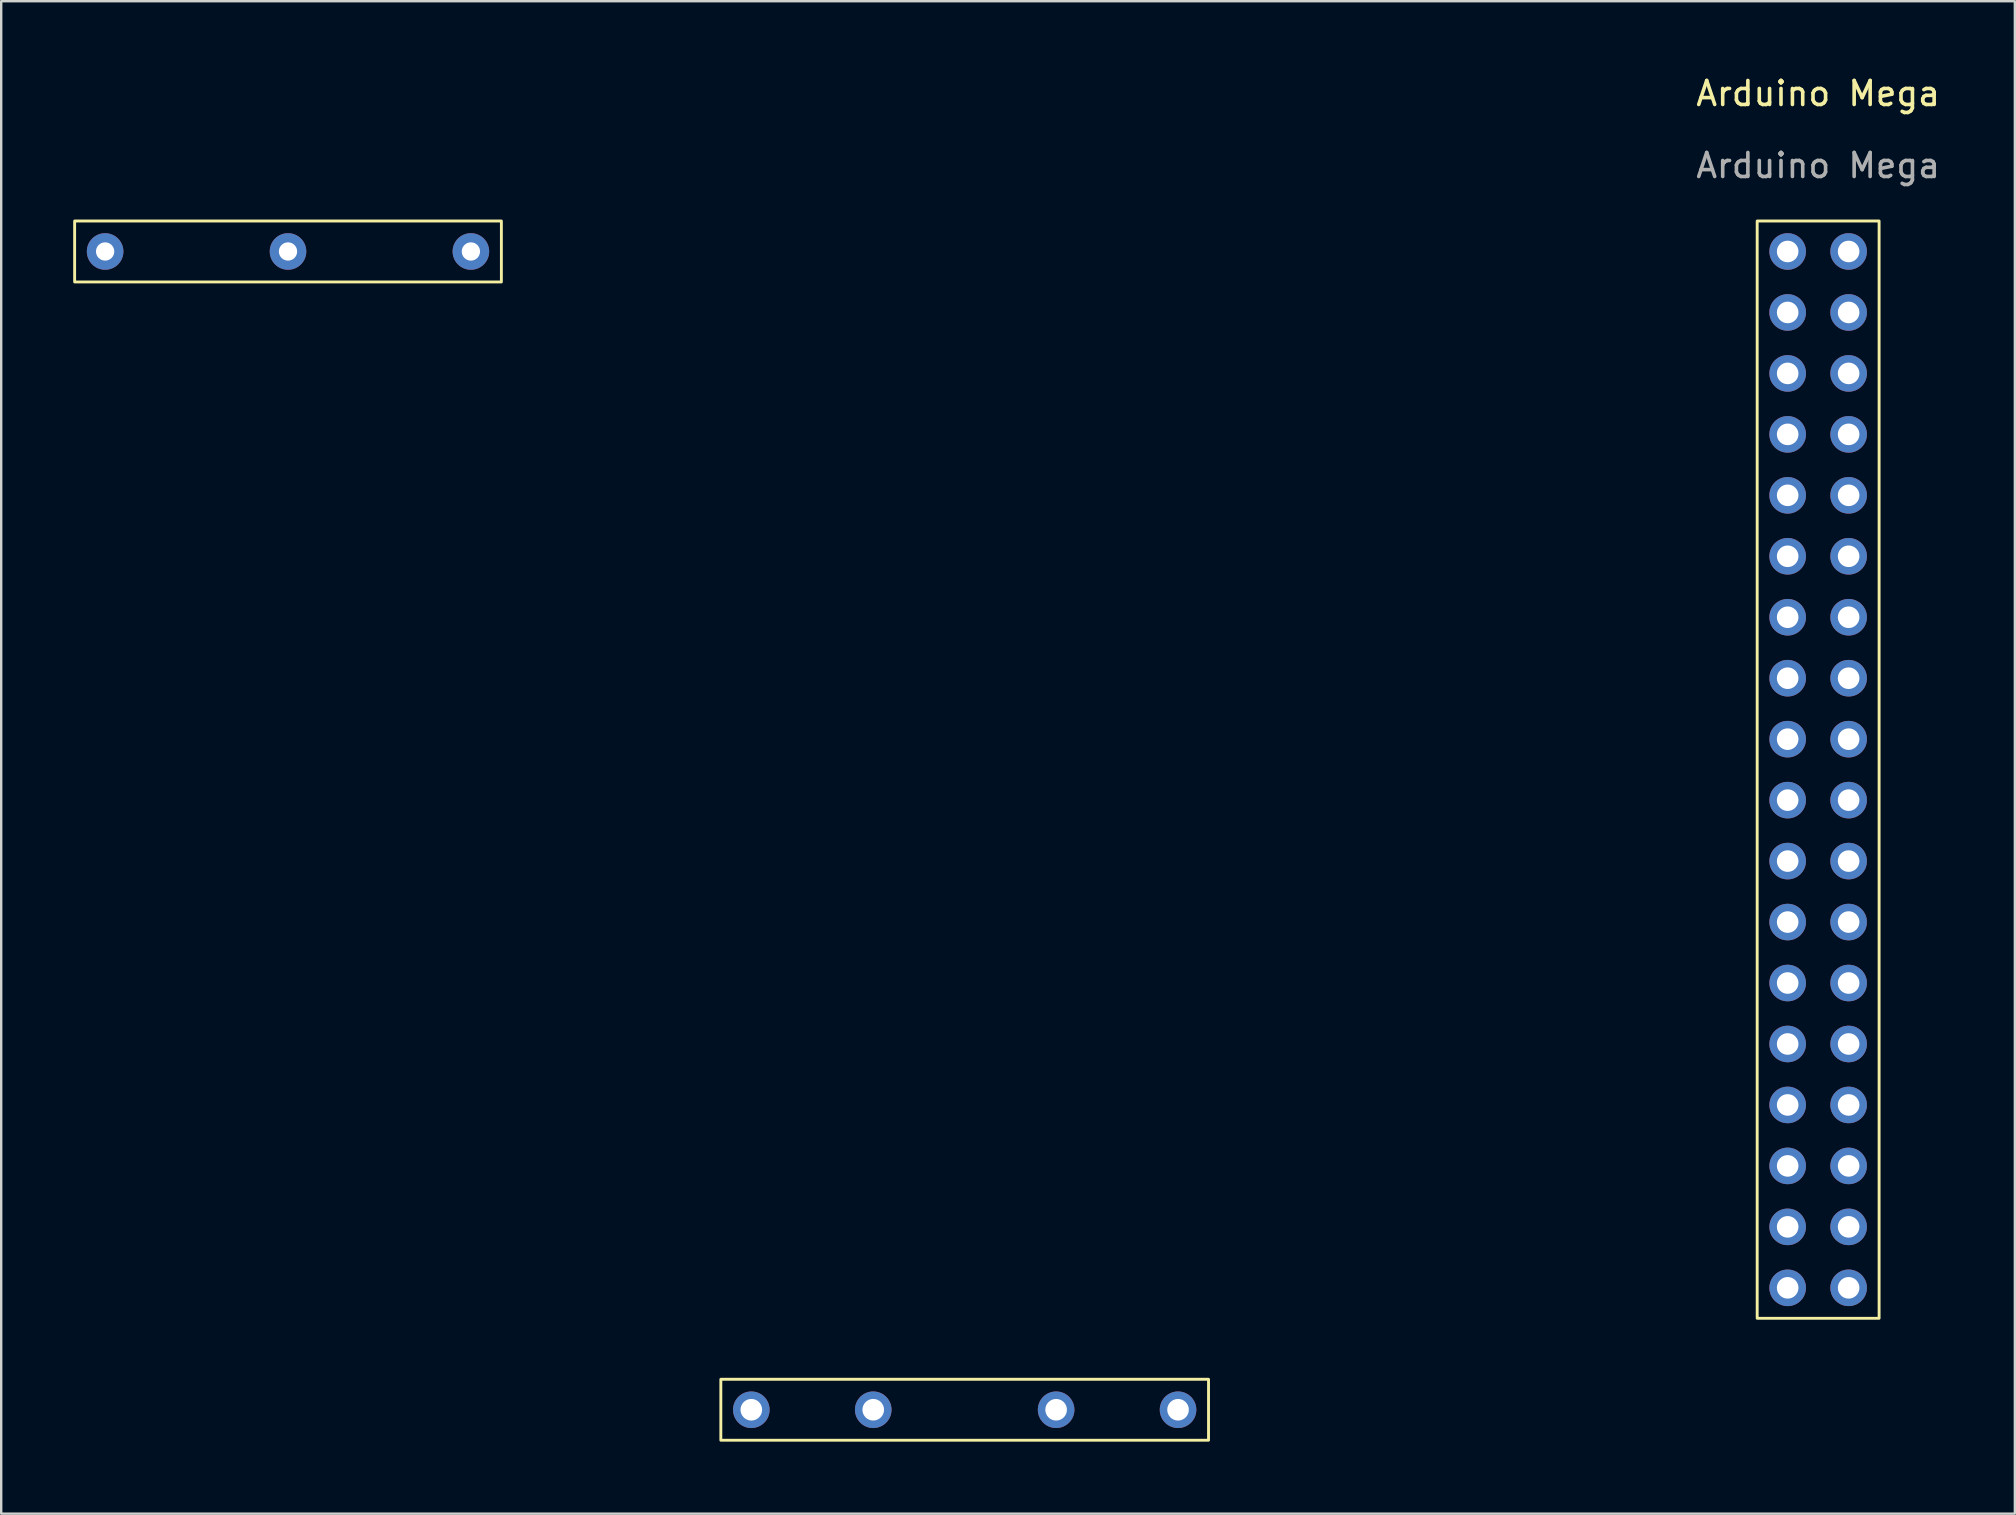
<source format=kicad_pcb>
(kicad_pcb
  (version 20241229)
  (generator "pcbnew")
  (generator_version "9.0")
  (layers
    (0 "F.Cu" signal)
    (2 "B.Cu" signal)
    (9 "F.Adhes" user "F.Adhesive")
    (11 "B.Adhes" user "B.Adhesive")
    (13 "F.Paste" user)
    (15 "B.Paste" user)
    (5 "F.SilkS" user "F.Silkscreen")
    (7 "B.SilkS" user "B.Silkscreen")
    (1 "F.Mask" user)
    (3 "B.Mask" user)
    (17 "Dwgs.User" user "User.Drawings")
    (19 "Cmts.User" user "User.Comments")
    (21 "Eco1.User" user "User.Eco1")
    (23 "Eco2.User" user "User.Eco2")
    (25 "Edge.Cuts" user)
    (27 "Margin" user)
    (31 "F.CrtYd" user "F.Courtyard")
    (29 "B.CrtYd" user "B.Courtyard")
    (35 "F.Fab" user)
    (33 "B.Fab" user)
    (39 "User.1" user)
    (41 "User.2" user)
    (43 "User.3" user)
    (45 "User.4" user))
  (footprint "Arduino Mega"
    (layer "F.Cu")
    (at 72.704 29.018)
    (property "Reference" "Arduino Mega" (at 0 -28.17 0) (unlocked yes) (layer "F.SilkS") (effects (font (size 1 1) (thickness 0.15))))
    (attr through_hole)
    (fp_rect (start -72.644 -22.86) (end -54.864 -20.32) (stroke (width 0.12) (type default)) (fill no) (layer "F.SilkS"))
    (fp_rect (start -45.72 25.4) (end -25.4 27.94) (stroke (width 0.12) (type default)) (fill no) (layer "F.SilkS"))
    (fp_rect (start -2.54 -22.86) (end 2.54 22.86) (stroke (width 0.12) (type default)) (fill no) (layer "F.SilkS"))
    (fp_text user "${REFERENCE}" (at 0 -25.17 0) (unlocked yes) (layer "F.Fab") (effects (font (size 1 1) (thickness 0.15))))
    (pad "5V" thru_hole circle (at -1.27 -21.59) (size 1.524 1.524) (drill 0.9) (layers "*.Cu" "*.Mask"))
    (pad "5V" thru_hole circle (at 1.27 -21.59) (size 1.524 1.524) (drill 0.9) (layers "*.Cu" "*.Mask"))
    (pad "22" thru_hole circle (at -1.27 -19.05) (size 1.524 1.524) (drill 0.9) (layers "*.Cu" "*.Mask"))
    (pad "23" thru_hole circle (at 1.27 -19.05) (size 1.524 1.524) (drill 0.9) (layers "*.Cu" "*.Mask"))
    (pad "24" thru_hole circle (at -1.27 -16.51) (size 1.524 1.524) (drill 0.9) (layers "*.Cu" "*.Mask"))
    (pad "25" thru_hole circle (at 1.27 -16.51) (size 1.524 1.524) (drill 0.9) (layers "*.Cu" "*.Mask"))
    (pad "26" thru_hole circle (at -1.27 -13.97) (size 1.524 1.524) (drill 0.9) (layers "*.Cu" "*.Mask"))
    (pad "27" thru_hole circle (at 1.27 -13.97) (size 1.524 1.524) (drill 0.9) (layers "*.Cu" "*.Mask"))
    (pad "28" thru_hole circle (at -1.27 -11.43) (size 1.524 1.524) (drill 0.9) (layers "*.Cu" "*.Mask"))
    (pad "29" thru_hole circle (at 1.27 -11.43) (size 1.524 1.524) (drill 0.9) (layers "*.Cu" "*.Mask"))
    (pad "30" thru_hole circle (at -1.27 -8.89) (size 1.524 1.524) (drill 0.9) (layers "*.Cu" "*.Mask"))
    (pad "31" thru_hole circle (at 1.27 -8.89) (size 1.524 1.524) (drill 0.9) (layers "*.Cu" "*.Mask"))
    (pad "32" thru_hole circle (at -1.27 -6.35) (size 1.524 1.524) (drill 0.9) (layers "*.Cu" "*.Mask"))
    (pad "33" thru_hole circle (at 1.27 -6.35) (size 1.524 1.524) (drill 0.9) (layers "*.Cu" "*.Mask"))
    (pad "34" thru_hole circle (at -1.27 -3.81) (size 1.524 1.524) (drill 0.9) (layers "*.Cu" "*.Mask"))
    (pad "35" thru_hole circle (at 1.27 -3.81) (size 1.524 1.524) (drill 0.9) (layers "*.Cu" "*.Mask"))
    (pad "36" thru_hole circle (at -1.27 -1.27) (size 1.524 1.524) (drill 0.9) (layers "*.Cu" "*.Mask"))
    (pad "37" thru_hole circle (at 1.27 -1.27) (size 1.524 1.524) (drill 0.9) (layers "*.Cu" "*.Mask"))
    (pad "38" thru_hole circle (at -1.27 1.27) (size 1.524 1.524) (drill 0.9) (layers "*.Cu" "*.Mask"))
    (pad "39" thru_hole circle (at 1.27 1.27) (size 1.524 1.524) (drill 0.9) (layers "*.Cu" "*.Mask"))
    (pad "40" thru_hole circle (at -1.27 3.81) (size 1.524 1.524) (drill 0.9) (layers "*.Cu" "*.Mask"))
    (pad "41" thru_hole circle (at 1.27 3.81) (size 1.524 1.524) (drill 0.9) (layers "*.Cu" "*.Mask"))
    (pad "42" thru_hole circle (at -1.27 6.35) (size 1.524 1.524) (drill 0.9) (layers "*.Cu" "*.Mask"))
    (pad "43" thru_hole circle (at 1.27 6.35) (size 1.524 1.524) (drill 0.9) (layers "*.Cu" "*.Mask"))
    (pad "44" thru_hole circle (at -1.27 8.89) (size 1.524 1.524) (drill 0.9) (layers "*.Cu" "*.Mask"))
    (pad "45" thru_hole circle (at 1.27 8.89) (size 1.524 1.524) (drill 0.9) (layers "*.Cu" "*.Mask"))
    (pad "46" thru_hole circle (at -1.27 11.43) (size 1.524 1.524) (drill 0.9) (layers "*.Cu" "*.Mask"))
    (pad "47" thru_hole circle (at 1.27 11.43) (size 1.524 1.524) (drill 0.9) (layers "*.Cu" "*.Mask"))
    (pad "48" thru_hole circle (at -1.27 13.97) (size 1.524 1.524) (drill 0.9) (layers "*.Cu" "*.Mask"))
    (pad "49" thru_hole circle (at 1.27 13.97) (size 1.524 1.524) (drill 0.9) (layers "*.Cu" "*.Mask"))
    (pad "50" thru_hole circle (at -1.27 16.51) (size 1.524 1.524) (drill 0.9) (layers "*.Cu" "*.Mask"))
    (pad "51" thru_hole circle (at 1.27 16.51) (size 1.524 1.524) (drill 0.9) (layers "*.Cu" "*.Mask"))
    (pad "52" thru_hole circle (at -1.27 19.05) (size 1.524 1.524) (drill 0.9) (layers "*.Cu" "*.Mask"))
    (pad "53" thru_hole circle (at 1.27 19.05) (size 1.524 1.524) (drill 0.9) (layers "*.Cu" "*.Mask"))
    (pad "D" thru_hole circle (at -71.374 -21.59) (size 1.524 1.524) (drill 0.762) (layers "*.Cu" "*.Mask"))
    (pad "D" thru_hole circle (at -63.754 -21.59) (size 1.524 1.524) (drill 0.762) (layers "*.Cu" "*.Mask"))
    (pad "D" thru_hole circle (at -56.134 -21.59) (size 1.524 1.524) (drill 0.762) (layers "*.Cu" "*.Mask"))
    (pad "D" thru_hole circle (at -44.45 26.67) (size 1.524 1.524) (drill 0.9) (layers "*.Cu" "*.Mask"))
    (pad "D" thru_hole circle (at -39.37 26.67) (size 1.524 1.524) (drill 0.9) (layers "*.Cu" "*.Mask"))
    (pad "D" thru_hole circle (at -31.75 26.67) (size 1.524 1.524) (drill 0.9) (layers "*.Cu" "*.Mask"))
    (pad "D" thru_hole circle (at -26.67 26.67) (size 1.524 1.524) (drill 0.9) (layers "*.Cu" "*.Mask"))
    (pad "GND" thru_hole circle (at -1.27 21.59) (size 1.524 1.524) (drill 0.9) (layers "*.Cu" "*.Mask"))
    (pad "GND" thru_hole circle (at 1.27 21.59) (size 1.524 1.524) (drill 0.9) (layers "*.Cu" "*.Mask"))
    (zone (net_name "") (layer "F.SilkS") (hatch edge 0.5) (connect_pads) (min_thickness 0.25) (filled_areas_thickness no) (keepout (tracks allowed) (vias not_allowed) (pads not_allowed) (copperpour allowed) (footprints allowed)) (placement (enabled no)) (fill) (polygon (pts (xy 17.84 8.698) (xy 0.06 8.698) (xy 0.06 6.158) (xy 17.84 6.158))))
    (zone (net_name "") (layer "F.SilkS") (hatch edge 0.5) (connect_pads) (min_thickness 0.25) (filled_areas_thickness no) (keepout (tracks allowed) (vias not_allowed) (pads not_allowed) (copperpour allowed) (footprints allowed)) (placement (enabled no)) (fill) (polygon (pts (xy 26.984 54.418) (xy 26.984 56.958) (xy 47.304 56.958) (xy 47.304 54.418))))
    (zone (net_name "") (layer "F.SilkS") (hatch edge 0.5) (connect_pads) (min_thickness 0.25) (filled_areas_thickness no) (keepout (tracks allowed) (vias not_allowed) (pads not_allowed) (copperpour allowed) (footprints allowed)) (placement (enabled no)) (fill) (polygon (pts (xy 70.164 6.158) (xy 70.164 51.878) (xy 75.244 51.878) (xy 75.244 6.158)))))
  (gr_rect
    (start -3 -3)
    (end 80.9 60.018)
    (stroke (width 0.1) (type default))
    (fill no)
    (layer "Edge.Cuts")))
</source>
